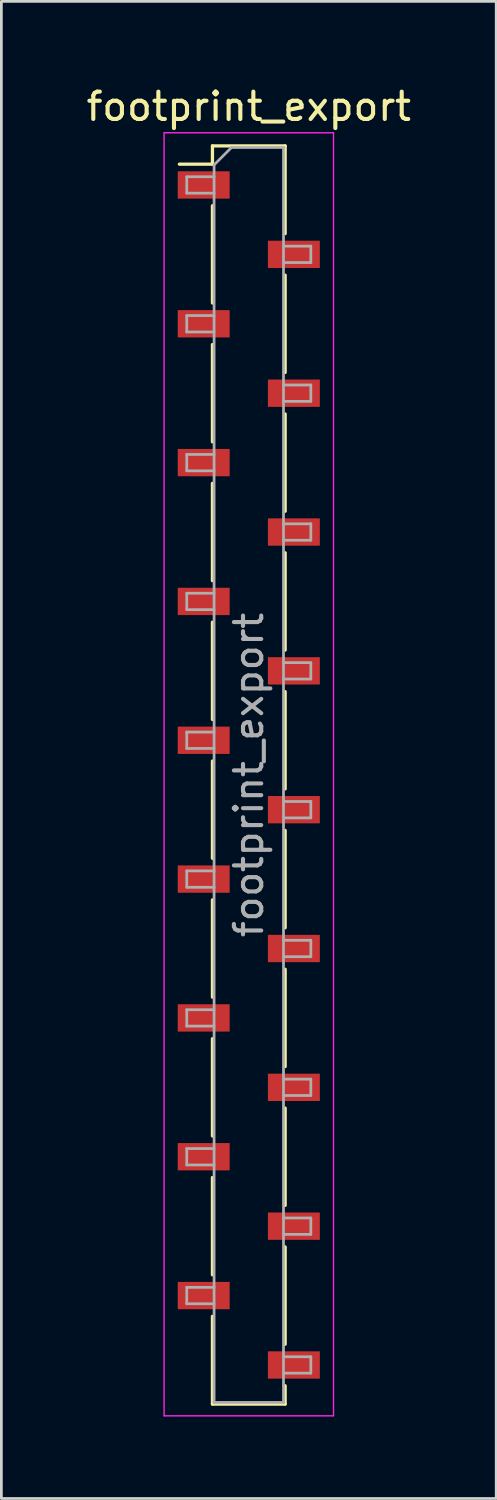
<source format=kicad_pcb>
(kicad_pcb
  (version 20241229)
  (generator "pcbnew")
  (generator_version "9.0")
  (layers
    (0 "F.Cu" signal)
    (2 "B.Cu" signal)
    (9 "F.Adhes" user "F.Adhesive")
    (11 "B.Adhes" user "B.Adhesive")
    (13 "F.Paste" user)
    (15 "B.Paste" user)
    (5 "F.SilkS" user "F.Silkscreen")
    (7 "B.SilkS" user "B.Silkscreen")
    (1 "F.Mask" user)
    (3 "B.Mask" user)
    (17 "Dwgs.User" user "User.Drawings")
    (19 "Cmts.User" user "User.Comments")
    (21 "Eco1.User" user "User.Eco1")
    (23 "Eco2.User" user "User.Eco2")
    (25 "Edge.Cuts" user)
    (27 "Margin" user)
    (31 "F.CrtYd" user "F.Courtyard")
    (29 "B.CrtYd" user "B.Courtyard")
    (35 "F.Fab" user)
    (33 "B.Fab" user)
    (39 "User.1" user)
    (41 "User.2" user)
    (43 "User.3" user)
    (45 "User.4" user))
  (footprint "footprint_export"
    (layer "F.Cu")
    (at 6.054 25.308)
    (property "Reference" "footprint_export" (at 0 -24.46 0) (layer "F.SilkS") (effects (font (size 1 1) (thickness 0.15))))
    (attr smd)
    (fp_line (start -2.54 -22.35) (end -1.33 -22.35) (stroke (width 0.12) (type solid)) (layer "F.SilkS"))
    (fp_line (start -1.33 -23.02) (end -1.33 -22.35) (stroke (width 0.12) (type solid)) (layer "F.SilkS"))
    (fp_line (start -1.33 -23.02) (end 1.33 -23.02) (stroke (width 0.12) (type solid)) (layer "F.SilkS"))
    (fp_line (start -1.33 -20.83) (end -1.33 -17.27) (stroke (width 0.12) (type solid)) (layer "F.SilkS"))
    (fp_line (start -1.33 -15.75) (end -1.33 -12.19) (stroke (width 0.12) (type solid)) (layer "F.SilkS"))
    (fp_line (start -1.33 -10.67) (end -1.33 -7.11) (stroke (width 0.12) (type solid)) (layer "F.SilkS"))
    (fp_line (start -1.33 -5.59) (end -1.33 -2.03) (stroke (width 0.12) (type solid)) (layer "F.SilkS"))
    (fp_line (start -1.33 -0.51) (end -1.33 3.05) (stroke (width 0.12) (type solid)) (layer "F.SilkS"))
    (fp_line (start -1.33 4.57) (end -1.33 8.13) (stroke (width 0.12) (type solid)) (layer "F.SilkS"))
    (fp_line (start -1.33 9.65) (end -1.33 13.21) (stroke (width 0.12) (type solid)) (layer "F.SilkS"))
    (fp_line (start -1.33 14.73) (end -1.33 18.29) (stroke (width 0.12) (type solid)) (layer "F.SilkS"))
    (fp_line (start -1.33 19.81) (end -1.33 23.02) (stroke (width 0.12) (type solid)) (layer "F.SilkS"))
    (fp_line (start -1.33 23.02) (end 1.33 23.02) (stroke (width 0.12) (type solid)) (layer "F.SilkS"))
    (fp_line (start 1.33 -23.02) (end 1.33 -19.81) (stroke (width 0.12) (type solid)) (layer "F.SilkS"))
    (fp_line (start 1.33 -18.29) (end 1.33 -14.73) (stroke (width 0.12) (type solid)) (layer "F.SilkS"))
    (fp_line (start 1.33 -13.21) (end 1.33 -9.65) (stroke (width 0.12) (type solid)) (layer "F.SilkS"))
    (fp_line (start 1.33 -8.13) (end 1.33 -4.57) (stroke (width 0.12) (type solid)) (layer "F.SilkS"))
    (fp_line (start 1.33 -3.05) (end 1.33 0.51) (stroke (width 0.12) (type solid)) (layer "F.SilkS"))
    (fp_line (start 1.33 2.03) (end 1.33 5.59) (stroke (width 0.12) (type solid)) (layer "F.SilkS"))
    (fp_line (start 1.33 7.11) (end 1.33 10.67) (stroke (width 0.12) (type solid)) (layer "F.SilkS"))
    (fp_line (start 1.33 12.19) (end 1.33 15.75) (stroke (width 0.12) (type solid)) (layer "F.SilkS"))
    (fp_line (start 1.33 17.27) (end 1.33 20.83) (stroke (width 0.12) (type solid)) (layer "F.SilkS"))
    (fp_line (start 1.33 22.35) (end 1.33 23.02) (stroke (width 0.12) (type solid)) (layer "F.SilkS"))
    (fp_line (start -3.1 -23.5) (end 3.1 -23.5) (stroke (width 0.05) (type solid)) (layer "F.CrtYd"))
    (fp_line (start -3.1 23.45) (end -3.1 -23.5) (stroke (width 0.05) (type solid)) (layer "F.CrtYd"))
    (fp_line (start 3.1 -23.5) (end 3.1 23.45) (stroke (width 0.05) (type solid)) (layer "F.CrtYd"))
    (fp_line (start 3.1 23.45) (end -3.1 23.45) (stroke (width 0.05) (type solid)) (layer "F.CrtYd"))
    (fp_line (start -2.27 -21.89) (end -1.27 -21.89) (stroke (width 0.1) (type solid)) (layer "F.Fab"))
    (fp_line (start -2.27 -21.29) (end -2.27 -21.89) (stroke (width 0.1) (type solid)) (layer "F.Fab"))
    (fp_line (start -2.27 -16.81) (end -1.27 -16.81) (stroke (width 0.1) (type solid)) (layer "F.Fab"))
    (fp_line (start -2.27 -16.21) (end -2.27 -16.81) (stroke (width 0.1) (type solid)) (layer "F.Fab"))
    (fp_line (start -2.27 -11.73) (end -1.27 -11.73) (stroke (width 0.1) (type solid)) (layer "F.Fab"))
    (fp_line (start -2.27 -11.13) (end -2.27 -11.73) (stroke (width 0.1) (type solid)) (layer "F.Fab"))
    (fp_line (start -2.27 -6.65) (end -1.27 -6.65) (stroke (width 0.1) (type solid)) (layer "F.Fab"))
    (fp_line (start -2.27 -6.05) (end -2.27 -6.65) (stroke (width 0.1) (type solid)) (layer "F.Fab"))
    (fp_line (start -2.27 -1.57) (end -1.27 -1.57) (stroke (width 0.1) (type solid)) (layer "F.Fab"))
    (fp_line (start -2.27 -0.97) (end -2.27 -1.57) (stroke (width 0.1) (type solid)) (layer "F.Fab"))
    (fp_line (start -2.27 3.51) (end -1.27 3.51) (stroke (width 0.1) (type solid)) (layer "F.Fab"))
    (fp_line (start -2.27 4.11) (end -2.27 3.51) (stroke (width 0.1) (type solid)) (layer "F.Fab"))
    (fp_line (start -2.27 8.59) (end -1.27 8.59) (stroke (width 0.1) (type solid)) (layer "F.Fab"))
    (fp_line (start -2.27 9.19) (end -2.27 8.59) (stroke (width 0.1) (type solid)) (layer "F.Fab"))
    (fp_line (start -2.27 13.67) (end -1.27 13.67) (stroke (width 0.1) (type solid)) (layer "F.Fab"))
    (fp_line (start -2.27 14.27) (end -2.27 13.67) (stroke (width 0.1) (type solid)) (layer "F.Fab"))
    (fp_line (start -2.27 18.75) (end -1.27 18.75) (stroke (width 0.1) (type solid)) (layer "F.Fab"))
    (fp_line (start -2.27 19.35) (end -2.27 18.75) (stroke (width 0.1) (type solid)) (layer "F.Fab"))
    (fp_line (start -1.27 -22.325) (end -0.635 -22.96) (stroke (width 0.1) (type solid)) (layer "F.Fab"))
    (fp_line (start -1.27 -21.29) (end -2.27 -21.29) (stroke (width 0.1) (type solid)) (layer "F.Fab"))
    (fp_line (start -1.27 -16.21) (end -2.27 -16.21) (stroke (width 0.1) (type solid)) (layer "F.Fab"))
    (fp_line (start -1.27 -11.13) (end -2.27 -11.13) (stroke (width 0.1) (type solid)) (layer "F.Fab"))
    (fp_line (start -1.27 -6.05) (end -2.27 -6.05) (stroke (width 0.1) (type solid)) (layer "F.Fab"))
    (fp_line (start -1.27 -0.97) (end -2.27 -0.97) (stroke (width 0.1) (type solid)) (layer "F.Fab"))
    (fp_line (start -1.27 4.11) (end -2.27 4.11) (stroke (width 0.1) (type solid)) (layer "F.Fab"))
    (fp_line (start -1.27 9.19) (end -2.27 9.19) (stroke (width 0.1) (type solid)) (layer "F.Fab"))
    (fp_line (start -1.27 14.27) (end -2.27 14.27) (stroke (width 0.1) (type solid)) (layer "F.Fab"))
    (fp_line (start -1.27 19.35) (end -2.27 19.35) (stroke (width 0.1) (type solid)) (layer "F.Fab"))
    (fp_line (start -1.27 22.96) (end -1.27 -22.325) (stroke (width 0.1) (type solid)) (layer "F.Fab"))
    (fp_line (start -0.635 -22.96) (end 1.27 -22.96) (stroke (width 0.1) (type solid)) (layer "F.Fab"))
    (fp_line (start 1.27 -22.96) (end 1.27 22.96) (stroke (width 0.1) (type solid)) (layer "F.Fab"))
    (fp_line (start 1.27 -19.35) (end 2.27 -19.35) (stroke (width 0.1) (type solid)) (layer "F.Fab"))
    (fp_line (start 1.27 -14.27) (end 2.27 -14.27) (stroke (width 0.1) (type solid)) (layer "F.Fab"))
    (fp_line (start 1.27 -9.19) (end 2.27 -9.19) (stroke (width 0.1) (type solid)) (layer "F.Fab"))
    (fp_line (start 1.27 -4.11) (end 2.27 -4.11) (stroke (width 0.1) (type solid)) (layer "F.Fab"))
    (fp_line (start 1.27 0.97) (end 2.27 0.97) (stroke (width 0.1) (type solid)) (layer "F.Fab"))
    (fp_line (start 1.27 6.05) (end 2.27 6.05) (stroke (width 0.1) (type solid)) (layer "F.Fab"))
    (fp_line (start 1.27 11.13) (end 2.27 11.13) (stroke (width 0.1) (type solid)) (layer "F.Fab"))
    (fp_line (start 1.27 16.21) (end 2.27 16.21) (stroke (width 0.1) (type solid)) (layer "F.Fab"))
    (fp_line (start 1.27 21.29) (end 2.27 21.29) (stroke (width 0.1) (type solid)) (layer "F.Fab"))
    (fp_line (start 1.27 22.96) (end -1.27 22.96) (stroke (width 0.1) (type solid)) (layer "F.Fab"))
    (fp_line (start 2.27 -19.35) (end 2.27 -18.75) (stroke (width 0.1) (type solid)) (layer "F.Fab"))
    (fp_line (start 2.27 -18.75) (end 1.27 -18.75) (stroke (width 0.1) (type solid)) (layer "F.Fab"))
    (fp_line (start 2.27 -14.27) (end 2.27 -13.67) (stroke (width 0.1) (type solid)) (layer "F.Fab"))
    (fp_line (start 2.27 -13.67) (end 1.27 -13.67) (stroke (width 0.1) (type solid)) (layer "F.Fab"))
    (fp_line (start 2.27 -9.19) (end 2.27 -8.59) (stroke (width 0.1) (type solid)) (layer "F.Fab"))
    (fp_line (start 2.27 -8.59) (end 1.27 -8.59) (stroke (width 0.1) (type solid)) (layer "F.Fab"))
    (fp_line (start 2.27 -4.11) (end 2.27 -3.51) (stroke (width 0.1) (type solid)) (layer "F.Fab"))
    (fp_line (start 2.27 -3.51) (end 1.27 -3.51) (stroke (width 0.1) (type solid)) (layer "F.Fab"))
    (fp_line (start 2.27 0.97) (end 2.27 1.57) (stroke (width 0.1) (type solid)) (layer "F.Fab"))
    (fp_line (start 2.27 1.57) (end 1.27 1.57) (stroke (width 0.1) (type solid)) (layer "F.Fab"))
    (fp_line (start 2.27 6.05) (end 2.27 6.65) (stroke (width 0.1) (type solid)) (layer "F.Fab"))
    (fp_line (start 2.27 6.65) (end 1.27 6.65) (stroke (width 0.1) (type solid)) (layer "F.Fab"))
    (fp_line (start 2.27 11.13) (end 2.27 11.73) (stroke (width 0.1) (type solid)) (layer "F.Fab"))
    (fp_line (start 2.27 11.73) (end 1.27 11.73) (stroke (width 0.1) (type solid)) (layer "F.Fab"))
    (fp_line (start 2.27 16.21) (end 2.27 16.81) (stroke (width 0.1) (type solid)) (layer "F.Fab"))
    (fp_line (start 2.27 16.81) (end 1.27 16.81) (stroke (width 0.1) (type solid)) (layer "F.Fab"))
    (fp_line (start 2.27 21.29) (end 2.27 21.89) (stroke (width 0.1) (type solid)) (layer "F.Fab"))
    (fp_line (start 2.27 21.89) (end 1.27 21.89) (stroke (width 0.1) (type solid)) (layer "F.Fab"))
    (fp_text user "${REFERENCE}" (at 0 0 90) (layer "F.Fab") (effects (font (size 1 1) (thickness 0.15))))
    (pad "1" smd rect (at -1.65 -21.59) (size 1.9 1) (layers "F.Cu" "F.Mask" "F.Paste"))
    (pad "2" smd rect (at 1.65 -19.05) (size 1.9 1) (layers "F.Cu" "F.Mask" "F.Paste"))
    (pad "3" smd rect (at -1.65 -16.51) (size 1.9 1) (layers "F.Cu" "F.Mask" "F.Paste"))
    (pad "4" smd rect (at 1.65 -13.97) (size 1.9 1) (layers "F.Cu" "F.Mask" "F.Paste"))
    (pad "5" smd rect (at -1.65 -11.43) (size 1.9 1) (layers "F.Cu" "F.Mask" "F.Paste"))
    (pad "6" smd rect (at 1.65 -8.89) (size 1.9 1) (layers "F.Cu" "F.Mask" "F.Paste"))
    (pad "7" smd rect (at -1.65 -6.35) (size 1.9 1) (layers "F.Cu" "F.Mask" "F.Paste"))
    (pad "8" smd rect (at 1.65 -3.81) (size 1.9 1) (layers "F.Cu" "F.Mask" "F.Paste"))
    (pad "9" smd rect (at -1.65 -1.27) (size 1.9 1) (layers "F.Cu" "F.Mask" "F.Paste"))
    (pad "10" smd rect (at 1.65 1.27) (size 1.9 1) (layers "F.Cu" "F.Mask" "F.Paste"))
    (pad "11" smd rect (at -1.65 3.81) (size 1.9 1) (layers "F.Cu" "F.Mask" "F.Paste"))
    (pad "12" smd rect (at 1.65 6.35) (size 1.9 1) (layers "F.Cu" "F.Mask" "F.Paste"))
    (pad "13" smd rect (at -1.65 8.89) (size 1.9 1) (layers "F.Cu" "F.Mask" "F.Paste"))
    (pad "14" smd rect (at 1.65 11.43) (size 1.9 1) (layers "F.Cu" "F.Mask" "F.Paste"))
    (pad "15" smd rect (at -1.65 13.97) (size 1.9 1) (layers "F.Cu" "F.Mask" "F.Paste"))
    (pad "16" smd rect (at 1.65 16.51) (size 1.9 1) (layers "F.Cu" "F.Mask" "F.Paste"))
    (pad "17" smd rect (at -1.65 19.05) (size 1.9 1) (layers "F.Cu" "F.Mask" "F.Paste"))
    (pad "18" smd rect (at 1.65 21.59) (size 1.9 1) (layers "F.Cu" "F.Mask" "F.Paste")))
  (gr_rect
    (start -3 -3)
    (end 15.107 51.783)
    (stroke (width 0.1) (type default))
    (fill no)
    (layer "Edge.Cuts")))
</source>
